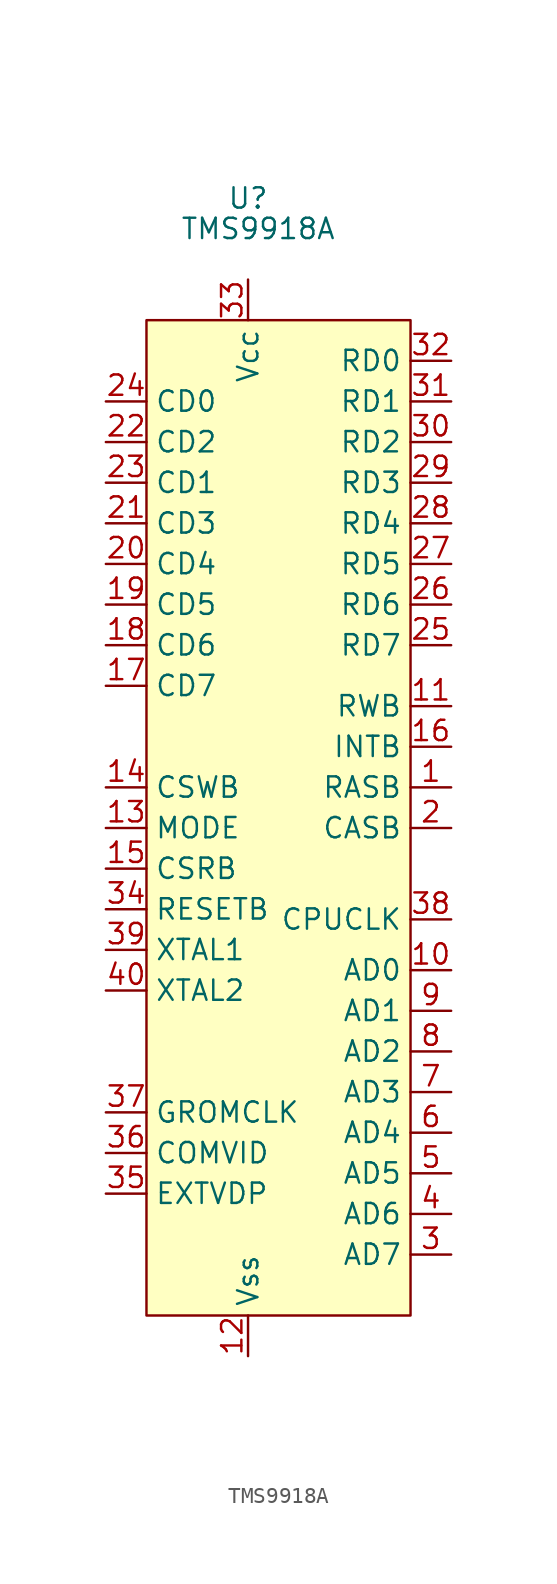
<source format=kicad_sym>
(kicad_symbol_lib
  (version 20220914)
  (generator kicad_symbol_editor)
  (symbol "TMS9918A"
    (property "Reference" "U"
      (at 0 30.48 0)
      (effects (font (size 1.27 1.27))))
    (property "Value" "TMS9918A"
      (at 0.635 28.575 0)
      (effects (font (size 1.27 1.27))))
    (symbol "TMS9918A_0_0"
      (text "" (at 8.89 -6.35 0) (effects (font (size 1.27 1.27)))))
    (symbol "TMS9918A_0_1"
      (rectangle (start -6.35 22.86) (end 10.16 -39.37) (stroke (width 0) (type solid)) (fill (type background))))
    (symbol "TMS9918A_1_0"
      (pin input line (at -8.89 -19.05 0) (length 2.54) (name "XTAL2" (effects (font (size 1.27 1.27)))) (number "40" (effects (font (size 1.27 1.27))))))
    (symbol "TMS9918A_1_1"
      (pin output line (at 12.7 -6.35 180) (length 2.54) (name "RASB" (effects (font (size 1.27 1.27)))) (number "1" (effects (font (size 1.27 1.27)))))
      (pin output line (at 12.7 -17.78 180) (length 2.54) (name "AD0" (effects (font (size 1.27 1.27)))) (number "10" (effects (font (size 1.27 1.27)))))
      (pin output line (at 12.7 -1.27 180) (length 2.54) (name "RWB" (effects (font (size 1.27 1.27)))) (number "11" (effects (font (size 1.27 1.27)))))
      (pin power_in line (at 0 -41.91 90) (length 2.54) (name "Vss" (effects (font (size 1.27 1.27)))) (number "12" (effects (font (size 1.27 1.27)))))
      (pin input line (at -8.89 -8.89 0) (length 2.54) (name "MODE" (effects (font (size 1.27 1.27)))) (number "13" (effects (font (size 1.27 1.27)))))
      (pin input line (at -8.89 -6.35 0) (length 2.54) (name "CSWB" (effects (font (size 1.27 1.27)))) (number "14" (effects (font (size 1.27 1.27)))))
      (pin input line (at -8.89 -11.43 0) (length 2.54) (name "CSRB" (effects (font (size 1.27 1.27)))) (number "15" (effects (font (size 1.27 1.27)))))
      (pin output line (at 12.7 -3.81 180) (length 2.54) (name "INTB" (effects (font (size 1.27 1.27)))) (number "16" (effects (font (size 1.27 1.27)))))
      (pin bidirectional line (at -8.89 0 0) (length 2.54) (name "CD7" (effects (font (size 1.27 1.27)))) (number "17" (effects (font (size 1.27 1.27)))))
      (pin bidirectional line (at -8.89 2.54 0) (length 2.54) (name "CD6" (effects (font (size 1.27 1.27)))) (number "18" (effects (font (size 1.27 1.27)))))
      (pin bidirectional line (at -8.89 5.08 0) (length 2.54) (name "CD5" (effects (font (size 1.27 1.27)))) (number "19" (effects (font (size 1.27 1.27)))))
      (pin output line (at 12.7 -8.89 180) (length 2.54) (name "CASB" (effects (font (size 1.27 1.27)))) (number "2" (effects (font (size 1.27 1.27)))))
      (pin bidirectional line (at -8.89 7.62 0) (length 2.54) (name "CD4" (effects (font (size 1.27 1.27)))) (number "20" (effects (font (size 1.27 1.27)))))
      (pin bidirectional line (at -8.89 10.16 0) (length 2.54) (name "CD3" (effects (font (size 1.27 1.27)))) (number "21" (effects (font (size 1.27 1.27)))))
      (pin bidirectional line (at -8.89 15.24 0) (length 2.54) (name "CD2" (effects (font (size 1.27 1.27)))) (number "22" (effects (font (size 1.27 1.27)))))
      (pin bidirectional line (at -8.89 12.7 0) (length 2.54) (name "CD1" (effects (font (size 1.27 1.27)))) (number "23" (effects (font (size 1.27 1.27)))))
      (pin bidirectional line (at -8.89 17.78 0) (length 2.54) (name "CD0" (effects (font (size 1.27 1.27)))) (number "24" (effects (font (size 1.27 1.27)))))
      (pin input line (at 12.7 2.54 180) (length 2.54) (name "RD7" (effects (font (size 1.27 1.27)))) (number "25" (effects (font (size 1.27 1.27)))))
      (pin input line (at 12.7 5.08 180) (length 2.54) (name "RD6" (effects (font (size 1.27 1.27)))) (number "26" (effects (font (size 1.27 1.27)))))
      (pin input line (at 12.7 7.62 180) (length 2.54) (name "RD5" (effects (font (size 1.27 1.27)))) (number "27" (effects (font (size 1.27 1.27)))))
      (pin input line (at 12.7 10.16 180) (length 2.54) (name "RD4" (effects (font (size 1.27 1.27)))) (number "28" (effects (font (size 1.27 1.27)))))
      (pin input line (at 12.7 12.7 180) (length 2.54) (name "RD3" (effects (font (size 1.27 1.27)))) (number "29" (effects (font (size 1.27 1.27)))))
      (pin output line (at 12.7 -35.56 180) (length 2.54) (name "AD7" (effects (font (size 1.27 1.27)))) (number "3" (effects (font (size 1.27 1.27)))))
      (pin input line (at 12.7 15.24 180) (length 2.54) (name "RD2" (effects (font (size 1.27 1.27)))) (number "30" (effects (font (size 1.27 1.27)))))
      (pin input line (at 12.7 17.78 180) (length 2.54) (name "RD1" (effects (font (size 1.27 1.27)))) (number "31" (effects (font (size 1.27 1.27)))))
      (pin input line (at 12.7 20.32 180) (length 2.54) (name "RD0" (effects (font (size 1.27 1.27)))) (number "32" (effects (font (size 1.27 1.27)))))
      (pin power_in line (at 0 25.4 270) (length 2.54) (name "Vcc" (effects (font (size 1.27 1.27)))) (number "33" (effects (font (size 1.27 1.27)))))
      (pin input line (at -8.89 -13.97 0) (length 2.54) (name "RESETB" (effects (font (size 1.27 1.27)))) (number "34" (effects (font (size 1.27 1.27)))))
      (pin bidirectional line (at -8.89 -31.75 0) (length 2.54) (name "EXTVDP" (effects (font (size 1.27 1.27)))) (number "35" (effects (font (size 1.27 1.27)))))
      (pin output line (at -8.89 -29.21 0) (length 2.54) (name "COMVID" (effects (font (size 1.27 1.27)))) (number "36" (effects (font (size 1.27 1.27)))))
      (pin output line (at -8.89 -26.67 0) (length 2.54) (name "GROMCLK" (effects (font (size 1.27 1.27)))) (number "37" (effects (font (size 1.27 1.27)))))
      (pin output line (at 12.7 -14.605 180) (length 2.54) (name "CPUCLK" (effects (font (size 1.27 1.27)))) (number "38" (effects (font (size 1.27 1.27)))))
      (pin input line (at -8.89 -16.51 0) (length 2.54) (name "XTAL1" (effects (font (size 1.27 1.27)))) (number "39" (effects (font (size 1.27 1.27)))))
      (pin output line (at 12.7 -33.02 180) (length 2.54) (name "AD6" (effects (font (size 1.27 1.27)))) (number "4" (effects (font (size 1.27 1.27)))))
      (pin output line (at 12.7 -30.48 180) (length 2.54) (name "AD5" (effects (font (size 1.27 1.27)))) (number "5" (effects (font (size 1.27 1.27)))))
      (pin output line (at 12.7 -27.94 180) (length 2.54) (name "AD4" (effects (font (size 1.27 1.27)))) (number "6" (effects (font (size 1.27 1.27)))))
      (pin output line (at 12.7 -25.4 180) (length 2.54) (name "AD3" (effects (font (size 1.27 1.27)))) (number "7" (effects (font (size 1.27 1.27)))))
      (pin output line (at 12.7 -22.86 180) (length 2.54) (name "AD2" (effects (font (size 1.27 1.27)))) (number "8" (effects (font (size 1.27 1.27)))))
      (pin output line (at 12.7 -20.32 180) (length 2.54) (name "AD1" (effects (font (size 1.27 1.27)))) (number "9" (effects (font (size 1.27 1.27))))))))
</source>
